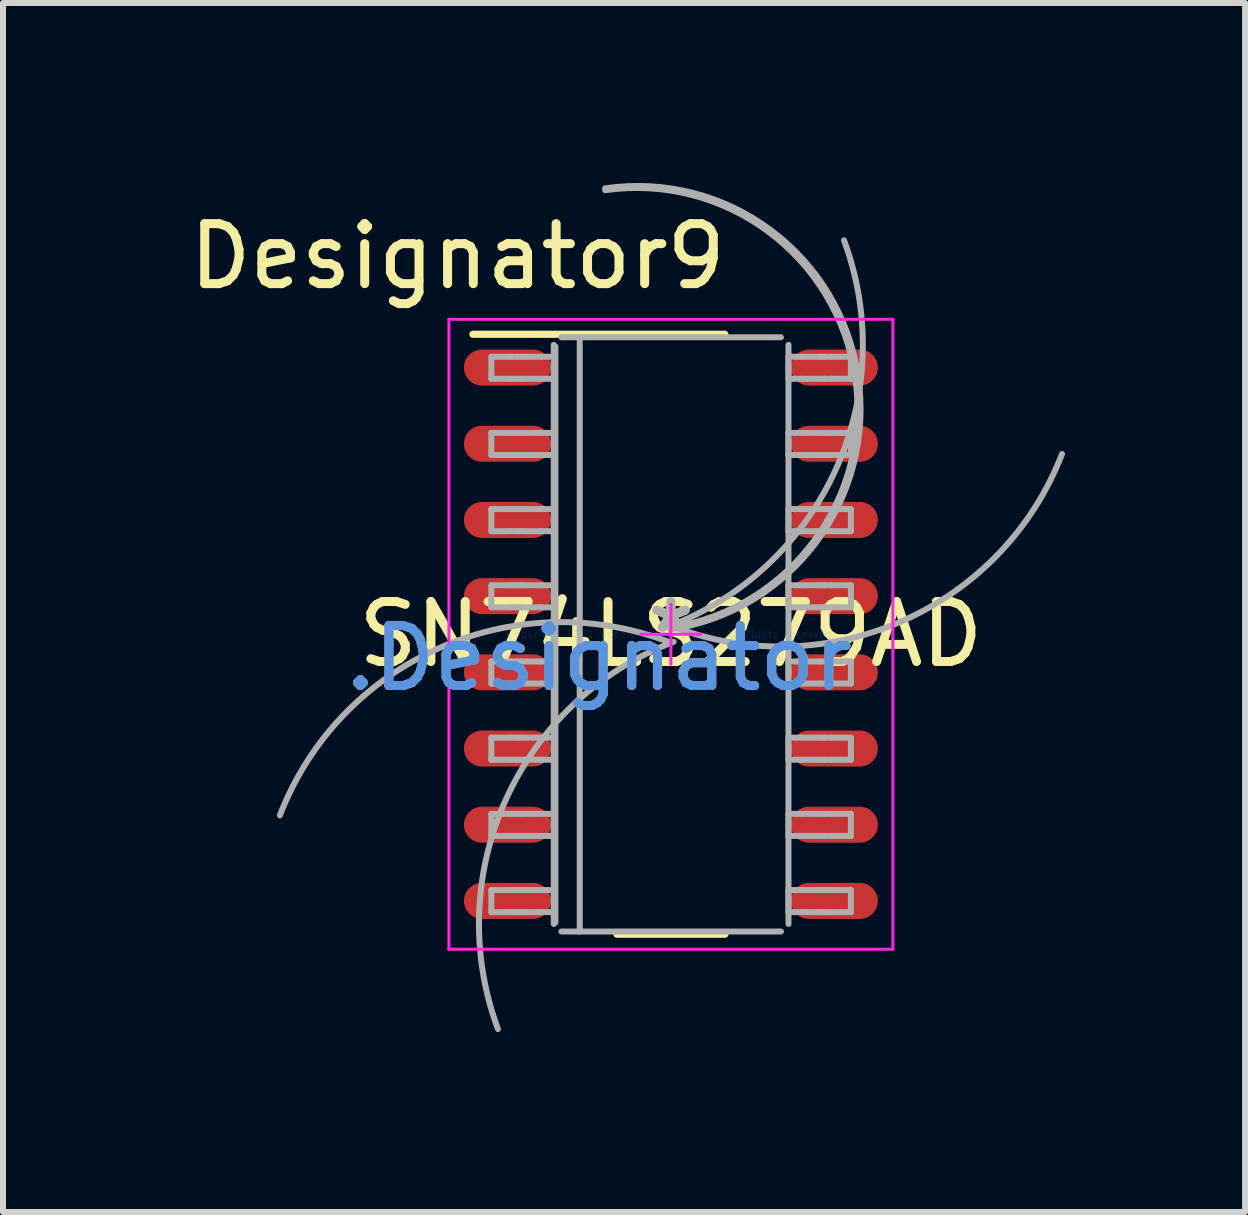
<source format=kicad_pcb>
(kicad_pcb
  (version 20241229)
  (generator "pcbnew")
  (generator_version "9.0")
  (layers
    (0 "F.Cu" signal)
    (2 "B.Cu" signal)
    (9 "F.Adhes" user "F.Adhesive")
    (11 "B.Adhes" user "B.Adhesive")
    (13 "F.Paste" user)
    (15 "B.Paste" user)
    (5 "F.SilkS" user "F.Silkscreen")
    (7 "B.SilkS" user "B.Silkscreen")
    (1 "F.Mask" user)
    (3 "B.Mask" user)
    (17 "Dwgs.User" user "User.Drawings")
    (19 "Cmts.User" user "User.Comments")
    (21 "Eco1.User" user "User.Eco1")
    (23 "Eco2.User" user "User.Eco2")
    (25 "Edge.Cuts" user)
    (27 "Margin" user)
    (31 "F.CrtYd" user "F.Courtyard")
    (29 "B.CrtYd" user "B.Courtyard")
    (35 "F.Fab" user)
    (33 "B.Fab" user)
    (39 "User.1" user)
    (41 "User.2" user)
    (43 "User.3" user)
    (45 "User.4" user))
  (footprint "SN74LS279AD"
    (layer "F.Cu")
    (at 8.133 7.522)
    (property "Reference" "SN74LS279AD" (at 0 0 0) (layer "F.SilkS") (effects (font (size 1 1) (thickness 0.15))))
    (attr through_hole)
    (fp_line (start -3.3 -5) (end 0.9 -5) (stroke (width 0.12) (type solid)) (layer "F.SilkS"))
    (fp_line (start -0.9 5) (end 0.9 5) (stroke (width 0.12) (type solid)) (layer "F.SilkS"))
    (fp_line (start -3.7 -5.25) (end 3.7 -5.25) (stroke (width 0.05) (type solid)) (layer "F.CrtYd"))
    (fp_line (start -3.7 5.25) (end -3.7 -5.25) (stroke (width 0.05) (type solid)) (layer "F.CrtYd"))
    (fp_line (start -3.7 5.25) (end 3.7 5.25) (stroke (width 0.05) (type solid)) (layer "F.CrtYd"))
    (fp_line (start -0.5 0) (end 0.5 0) (stroke (width 0.05) (type solid)) (layer "F.CrtYd"))
    (fp_line (start 0 0.5) (end 0 -0.5) (stroke (width 0.05) (type solid)) (layer "F.CrtYd"))
    (fp_line (start 3.7 5.25) (end 3.7 -5.25) (stroke (width 0.05) (type solid)) (layer "F.CrtYd"))
    (fp_line (start -2.993 -4.626) (end -2.671 -4.626) (stroke (width 0.1) (type solid)) (layer "F.Fab"))
    (fp_line (start -2.993 -4.258) (end -2.993 -4.626) (stroke (width 0.1) (type solid)) (layer "F.Fab"))
    (fp_line (start -2.993 -4.258) (end -2.671 -4.258) (stroke (width 0.1) (type solid)) (layer "F.Fab"))
    (fp_line (start -2.993 -3.356) (end -2.671 -3.356) (stroke (width 0.1) (type solid)) (layer "F.Fab"))
    (fp_line (start -2.993 -2.988) (end -2.993 -3.356) (stroke (width 0.1) (type solid)) (layer "F.Fab"))
    (fp_line (start -2.993 -2.988) (end -2.671 -2.988) (stroke (width 0.1) (type solid)) (layer "F.Fab"))
    (fp_line (start -2.993 -2.086) (end -2.671 -2.086) (stroke (width 0.1) (type solid)) (layer "F.Fab"))
    (fp_line (start -2.993 -1.718) (end -2.993 -2.086) (stroke (width 0.1) (type solid)) (layer "F.Fab"))
    (fp_line (start -2.993 -1.718) (end -2.671 -1.718) (stroke (width 0.1) (type solid)) (layer "F.Fab"))
    (fp_line (start -2.993 -0.816) (end -2.671 -0.816) (stroke (width 0.1) (type solid)) (layer "F.Fab"))
    (fp_line (start -2.993 -0.448) (end -2.993 -0.816) (stroke (width 0.1) (type solid)) (layer "F.Fab"))
    (fp_line (start -2.993 -0.448) (end -2.671 -0.448) (stroke (width 0.1) (type solid)) (layer "F.Fab"))
    (fp_line (start -2.993 0.454) (end -2.671 0.454) (stroke (width 0.1) (type solid)) (layer "F.Fab"))
    (fp_line (start -2.993 0.822) (end -2.993 0.454) (stroke (width 0.1) (type solid)) (layer "F.Fab"))
    (fp_line (start -2.993 0.822) (end -2.671 0.822) (stroke (width 0.1) (type solid)) (layer "F.Fab"))
    (fp_line (start -2.993 1.724) (end -2.671 1.724) (stroke (width 0.1) (type solid)) (layer "F.Fab"))
    (fp_line (start -2.993 2.092) (end -2.993 1.724) (stroke (width 0.1) (type solid)) (layer "F.Fab"))
    (fp_line (start -2.993 2.092) (end -2.671 2.092) (stroke (width 0.1) (type solid)) (layer "F.Fab"))
    (fp_line (start -2.993 2.994) (end -2.671 2.994) (stroke (width 0.1) (type solid)) (layer "F.Fab"))
    (fp_line (start -2.993 3.362) (end -2.993 2.994) (stroke (width 0.1) (type solid)) (layer "F.Fab"))
    (fp_line (start -2.993 3.362) (end -2.671 3.362) (stroke (width 0.1) (type solid)) (layer "F.Fab"))
    (fp_line (start -2.993 4.264) (end -2.671 4.264) (stroke (width 0.1) (type solid)) (layer "F.Fab"))
    (fp_line (start -2.993 4.632) (end -2.993 4.264) (stroke (width 0.1) (type solid)) (layer "F.Fab"))
    (fp_line (start -2.993 4.632) (end -2.671 4.632) (stroke (width 0.1) (type solid)) (layer "F.Fab"))
    (fp_line (start -2.671 -4.626) (end -2.555 -4.626) (stroke (width 0.1) (type solid)) (layer "F.Fab"))
    (fp_line (start -2.671 -4.258) (end -2.555 -4.258) (stroke (width 0.1) (type solid)) (layer "F.Fab"))
    (fp_line (start -2.671 -3.356) (end -2.555 -3.356) (stroke (width 0.1) (type solid)) (layer "F.Fab"))
    (fp_line (start -2.671 -2.988) (end -2.555 -2.988) (stroke (width 0.1) (type solid)) (layer "F.Fab"))
    (fp_line (start -2.671 -2.086) (end -2.555 -2.086) (stroke (width 0.1) (type solid)) (layer "F.Fab"))
    (fp_line (start -2.671 -1.718) (end -2.555 -1.718) (stroke (width 0.1) (type solid)) (layer "F.Fab"))
    (fp_line (start -2.671 -0.816) (end -2.555 -0.816) (stroke (width 0.1) (type solid)) (layer "F.Fab"))
    (fp_line (start -2.671 -0.448) (end -2.555 -0.448) (stroke (width 0.1) (type solid)) (layer "F.Fab"))
    (fp_line (start -2.671 0.454) (end -2.555 0.454) (stroke (width 0.1) (type solid)) (layer "F.Fab"))
    (fp_line (start -2.671 0.822) (end -2.555 0.822) (stroke (width 0.1) (type solid)) (layer "F.Fab"))
    (fp_line (start -2.671 1.724) (end -2.555 1.724) (stroke (width 0.1) (type solid)) (layer "F.Fab"))
    (fp_line (start -2.671 2.092) (end -2.555 2.092) (stroke (width 0.1) (type solid)) (layer "F.Fab"))
    (fp_line (start -2.671 2.994) (end -2.555 2.994) (stroke (width 0.1) (type solid)) (layer "F.Fab"))
    (fp_line (start -2.671 3.362) (end -2.555 3.362) (stroke (width 0.1) (type solid)) (layer "F.Fab"))
    (fp_line (start -2.671 4.264) (end -2.555 4.264) (stroke (width 0.1) (type solid)) (layer "F.Fab"))
    (fp_line (start -2.671 4.632) (end -2.555 4.632) (stroke (width 0.1) (type solid)) (layer "F.Fab"))
    (fp_line (start -2.555 -4.626) (end -2.488 -4.626) (stroke (width 0.1) (type solid)) (layer "F.Fab"))
    (fp_line (start -2.555 -4.258) (end -2.488 -4.258) (stroke (width 0.1) (type solid)) (layer "F.Fab"))
    (fp_line (start -2.555 -3.356) (end -2.488 -3.356) (stroke (width 0.1) (type solid)) (layer "F.Fab"))
    (fp_line (start -2.555 -2.988) (end -2.488 -2.988) (stroke (width 0.1) (type solid)) (layer "F.Fab"))
    (fp_line (start -2.555 -2.086) (end -2.488 -2.086) (stroke (width 0.1) (type solid)) (layer "F.Fab"))
    (fp_line (start -2.555 -1.718) (end -2.488 -1.718) (stroke (width 0.1) (type solid)) (layer "F.Fab"))
    (fp_line (start -2.555 -0.816) (end -2.488 -0.816) (stroke (width 0.1) (type solid)) (layer "F.Fab"))
    (fp_line (start -2.555 -0.448) (end -2.488 -0.448) (stroke (width 0.1) (type solid)) (layer "F.Fab"))
    (fp_line (start -2.555 0.454) (end -2.488 0.454) (stroke (width 0.1) (type solid)) (layer "F.Fab"))
    (fp_line (start -2.555 0.822) (end -2.488 0.822) (stroke (width 0.1) (type solid)) (layer "F.Fab"))
    (fp_line (start -2.555 1.724) (end -2.488 1.724) (stroke (width 0.1) (type solid)) (layer "F.Fab"))
    (fp_line (start -2.555 2.092) (end -2.488 2.092) (stroke (width 0.1) (type solid)) (layer "F.Fab"))
    (fp_line (start -2.555 2.994) (end -2.488 2.994) (stroke (width 0.1) (type solid)) (layer "F.Fab"))
    (fp_line (start -2.555 3.362) (end -2.488 3.362) (stroke (width 0.1) (type solid)) (layer "F.Fab"))
    (fp_line (start -2.555 4.264) (end -2.488 4.264) (stroke (width 0.1) (type solid)) (layer "F.Fab"))
    (fp_line (start -2.555 4.632) (end -2.488 4.632) (stroke (width 0.1) (type solid)) (layer "F.Fab"))
    (fp_line (start -2.488 -4.626) (end -2.163 -4.626) (stroke (width 0.1) (type solid)) (layer "F.Fab"))
    (fp_line (start -2.488 -4.258) (end -2.163 -4.258) (stroke (width 0.1) (type solid)) (layer "F.Fab"))
    (fp_line (start -2.488 -3.356) (end -2.163 -3.356) (stroke (width 0.1) (type solid)) (layer "F.Fab"))
    (fp_line (start -2.488 -2.988) (end -2.163 -2.988) (stroke (width 0.1) (type solid)) (layer "F.Fab"))
    (fp_line (start -2.488 -2.086) (end -2.163 -2.086) (stroke (width 0.1) (type solid)) (layer "F.Fab"))
    (fp_line (start -2.488 -1.718) (end -2.163 -1.718) (stroke (width 0.1) (type solid)) (layer "F.Fab"))
    (fp_line (start -2.488 -0.816) (end -2.163 -0.816) (stroke (width 0.1) (type solid)) (layer "F.Fab"))
    (fp_line (start -2.488 -0.448) (end -2.163 -0.448) (stroke (width 0.1) (type solid)) (layer "F.Fab"))
    (fp_line (start -2.488 0.454) (end -2.163 0.454) (stroke (width 0.1) (type solid)) (layer "F.Fab"))
    (fp_line (start -2.488 0.822) (end -2.163 0.822) (stroke (width 0.1) (type solid)) (layer "F.Fab"))
    (fp_line (start -2.488 1.724) (end -2.163 1.724) (stroke (width 0.1) (type solid)) (layer "F.Fab"))
    (fp_line (start -2.488 2.092) (end -2.163 2.092) (stroke (width 0.1) (type solid)) (layer "F.Fab"))
    (fp_line (start -2.488 2.994) (end -2.163 2.994) (stroke (width 0.1) (type solid)) (layer "F.Fab"))
    (fp_line (start -2.488 3.362) (end -2.163 3.362) (stroke (width 0.1) (type solid)) (layer "F.Fab"))
    (fp_line (start -2.488 4.264) (end -2.163 4.264) (stroke (width 0.1) (type solid)) (layer "F.Fab"))
    (fp_line (start -2.488 4.632) (end -2.163 4.632) (stroke (width 0.1) (type solid)) (layer "F.Fab"))
    (fp_line (start -2.163 -4.626) (end -1.952 -4.626) (stroke (width 0.1) (type solid)) (layer "F.Fab"))
    (fp_line (start -2.163 -4.258) (end -1.952 -4.258) (stroke (width 0.1) (type solid)) (layer "F.Fab"))
    (fp_line (start -2.163 -3.356) (end -1.952 -3.356) (stroke (width 0.1) (type solid)) (layer "F.Fab"))
    (fp_line (start -2.163 -2.988) (end -1.952 -2.988) (stroke (width 0.1) (type solid)) (layer "F.Fab"))
    (fp_line (start -2.163 -2.086) (end -1.952 -2.086) (stroke (width 0.1) (type solid)) (layer "F.Fab"))
    (fp_line (start -2.163 -1.718) (end -1.952 -1.718) (stroke (width 0.1) (type solid)) (layer "F.Fab"))
    (fp_line (start -2.163 -0.816) (end -1.952 -0.816) (stroke (width 0.1) (type solid)) (layer "F.Fab"))
    (fp_line (start -2.163 -0.448) (end -1.952 -0.448) (stroke (width 0.1) (type solid)) (layer "F.Fab"))
    (fp_line (start -2.163 0.454) (end -1.952 0.454) (stroke (width 0.1) (type solid)) (layer "F.Fab"))
    (fp_line (start -2.163 0.822) (end -1.952 0.822) (stroke (width 0.1) (type solid)) (layer "F.Fab"))
    (fp_line (start -2.163 1.724) (end -1.952 1.724) (stroke (width 0.1) (type solid)) (layer "F.Fab"))
    (fp_line (start -2.163 2.092) (end -1.952 2.092) (stroke (width 0.1) (type solid)) (layer "F.Fab"))
    (fp_line (start -2.163 2.994) (end -1.952 2.994) (stroke (width 0.1) (type solid)) (layer "F.Fab"))
    (fp_line (start -2.163 3.362) (end -1.952 3.362) (stroke (width 0.1) (type solid)) (layer "F.Fab"))
    (fp_line (start -2.163 4.264) (end -1.952 4.264) (stroke (width 0.1) (type solid)) (layer "F.Fab"))
    (fp_line (start -2.163 4.632) (end -1.952 4.632) (stroke (width 0.1) (type solid)) (layer "F.Fab"))
    (fp_line (start -1.952 -4.258) (end -1.952 -4.626) (stroke (width 0.1) (type solid)) (layer "F.Fab"))
    (fp_line (start -1.952 -2.988) (end -1.952 -3.356) (stroke (width 0.1) (type solid)) (layer "F.Fab"))
    (fp_line (start -1.952 -1.718) (end -1.952 -2.086) (stroke (width 0.1) (type solid)) (layer "F.Fab"))
    (fp_line (start -1.952 -0.448) (end -1.952 -0.816) (stroke (width 0.1) (type solid)) (layer "F.Fab"))
    (fp_line (start -1.952 0.822) (end -1.952 0.454) (stroke (width 0.1) (type solid)) (layer "F.Fab"))
    (fp_line (start -1.952 2.092) (end -1.952 1.724) (stroke (width 0.1) (type solid)) (layer "F.Fab"))
    (fp_line (start -1.952 3.362) (end -1.952 2.994) (stroke (width 0.1) (type solid)) (layer "F.Fab"))
    (fp_line (start -1.952 4.632) (end -1.952 4.264) (stroke (width 0.1) (type solid)) (layer "F.Fab"))
    (fp_line (start -1.952 4.829) (end -1.952 -4.823) (stroke (width 0.1) (type solid)) (layer "F.Fab"))
    (fp_line (start -1.925 4.803) (end -1.925 -4.797) (stroke (width 0.1) (type solid)) (layer "F.Fab"))
    (fp_line (start -1.825 -4.95) (end 1.834 -4.95) (stroke (width 0.1) (type solid)) (layer "F.Fab"))
    (fp_line (start -1.825 4.956) (end 1.834 4.956) (stroke (width 0.1) (type solid)) (layer "F.Fab"))
    (fp_line (start -1.52 4.956) (end -1.52 -4.95) (stroke (width 0.1) (type solid)) (layer "F.Fab"))
    (fp_line (start 1.96 -4.626) (end 2.172 -4.626) (stroke (width 0.1) (type solid)) (layer "F.Fab"))
    (fp_line (start 1.96 -4.258) (end 1.96 -4.626) (stroke (width 0.1) (type solid)) (layer "F.Fab"))
    (fp_line (start 1.96 -4.258) (end 2.172 -4.258) (stroke (width 0.1) (type solid)) (layer "F.Fab"))
    (fp_line (start 1.96 -3.356) (end 2.172 -3.356) (stroke (width 0.1) (type solid)) (layer "F.Fab"))
    (fp_line (start 1.96 -2.988) (end 1.96 -3.356) (stroke (width 0.1) (type solid)) (layer "F.Fab"))
    (fp_line (start 1.96 -2.988) (end 2.172 -2.988) (stroke (width 0.1) (type solid)) (layer "F.Fab"))
    (fp_line (start 1.96 -2.086) (end 2.172 -2.086) (stroke (width 0.1) (type solid)) (layer "F.Fab"))
    (fp_line (start 1.96 -1.718) (end 1.96 -2.086) (stroke (width 0.1) (type solid)) (layer "F.Fab"))
    (fp_line (start 1.96 -1.718) (end 2.172 -1.718) (stroke (width 0.1) (type solid)) (layer "F.Fab"))
    (fp_line (start 1.96 -0.816) (end 2.172 -0.816) (stroke (width 0.1) (type solid)) (layer "F.Fab"))
    (fp_line (start 1.96 -0.448) (end 1.96 -0.816) (stroke (width 0.1) (type solid)) (layer "F.Fab"))
    (fp_line (start 1.96 -0.448) (end 2.172 -0.448) (stroke (width 0.1) (type solid)) (layer "F.Fab"))
    (fp_line (start 1.96 0.454) (end 2.172 0.454) (stroke (width 0.1) (type solid)) (layer "F.Fab"))
    (fp_line (start 1.96 0.822) (end 1.96 0.454) (stroke (width 0.1) (type solid)) (layer "F.Fab"))
    (fp_line (start 1.96 0.822) (end 2.172 0.822) (stroke (width 0.1) (type solid)) (layer "F.Fab"))
    (fp_line (start 1.96 1.724) (end 2.172 1.724) (stroke (width 0.1) (type solid)) (layer "F.Fab"))
    (fp_line (start 1.96 2.092) (end 1.96 1.724) (stroke (width 0.1) (type solid)) (layer "F.Fab"))
    (fp_line (start 1.96 2.092) (end 2.172 2.092) (stroke (width 0.1) (type solid)) (layer "F.Fab"))
    (fp_line (start 1.96 2.994) (end 2.172 2.994) (stroke (width 0.1) (type solid)) (layer "F.Fab"))
    (fp_line (start 1.96 3.362) (end 1.96 2.994) (stroke (width 0.1) (type solid)) (layer "F.Fab"))
    (fp_line (start 1.96 3.362) (end 2.172 3.362) (stroke (width 0.1) (type solid)) (layer "F.Fab"))
    (fp_line (start 1.96 4.264) (end 2.172 4.264) (stroke (width 0.1) (type solid)) (layer "F.Fab"))
    (fp_line (start 1.96 4.632) (end 1.96 4.264) (stroke (width 0.1) (type solid)) (layer "F.Fab"))
    (fp_line (start 1.96 4.632) (end 2.172 4.632) (stroke (width 0.1) (type solid)) (layer "F.Fab"))
    (fp_line (start 1.96 4.829) (end 1.96 -4.823) (stroke (width 0.1) (type solid)) (layer "F.Fab"))
    (fp_line (start 2.172 -4.626) (end 2.497 -4.626) (stroke (width 0.1) (type solid)) (layer "F.Fab"))
    (fp_line (start 2.172 -4.258) (end 2.497 -4.258) (stroke (width 0.1) (type solid)) (layer "F.Fab"))
    (fp_line (start 2.172 -3.356) (end 2.497 -3.356) (stroke (width 0.1) (type solid)) (layer "F.Fab"))
    (fp_line (start 2.172 -2.988) (end 2.497 -2.988) (stroke (width 0.1) (type solid)) (layer "F.Fab"))
    (fp_line (start 2.172 -2.086) (end 2.497 -2.086) (stroke (width 0.1) (type solid)) (layer "F.Fab"))
    (fp_line (start 2.172 -1.718) (end 2.497 -1.718) (stroke (width 0.1) (type solid)) (layer "F.Fab"))
    (fp_line (start 2.172 -0.816) (end 2.497 -0.816) (stroke (width 0.1) (type solid)) (layer "F.Fab"))
    (fp_line (start 2.172 -0.448) (end 2.497 -0.448) (stroke (width 0.1) (type solid)) (layer "F.Fab"))
    (fp_line (start 2.172 0.454) (end 2.497 0.454) (stroke (width 0.1) (type solid)) (layer "F.Fab"))
    (fp_line (start 2.172 0.822) (end 2.497 0.822) (stroke (width 0.1) (type solid)) (layer "F.Fab"))
    (fp_line (start 2.172 1.724) (end 2.497 1.724) (stroke (width 0.1) (type solid)) (layer "F.Fab"))
    (fp_line (start 2.172 2.092) (end 2.497 2.092) (stroke (width 0.1) (type solid)) (layer "F.Fab"))
    (fp_line (start 2.172 2.994) (end 2.497 2.994) (stroke (width 0.1) (type solid)) (layer "F.Fab"))
    (fp_line (start 2.172 3.362) (end 2.497 3.362) (stroke (width 0.1) (type solid)) (layer "F.Fab"))
    (fp_line (start 2.172 4.264) (end 2.497 4.264) (stroke (width 0.1) (type solid)) (layer "F.Fab"))
    (fp_line (start 2.172 4.632) (end 2.497 4.632) (stroke (width 0.1) (type solid)) (layer "F.Fab"))
    (fp_line (start 2.497 -4.626) (end 2.563 -4.626) (stroke (width 0.1) (type solid)) (layer "F.Fab"))
    (fp_line (start 2.497 -4.258) (end 2.563 -4.258) (stroke (width 0.1) (type solid)) (layer "F.Fab"))
    (fp_line (start 2.497 -3.356) (end 2.563 -3.356) (stroke (width 0.1) (type solid)) (layer "F.Fab"))
    (fp_line (start 2.497 -2.988) (end 2.563 -2.988) (stroke (width 0.1) (type solid)) (layer "F.Fab"))
    (fp_line (start 2.497 -2.086) (end 2.563 -2.086) (stroke (width 0.1) (type solid)) (layer "F.Fab"))
    (fp_line (start 2.497 -1.718) (end 2.563 -1.718) (stroke (width 0.1) (type solid)) (layer "F.Fab"))
    (fp_line (start 2.497 -0.816) (end 2.563 -0.816) (stroke (width 0.1) (type solid)) (layer "F.Fab"))
    (fp_line (start 2.497 -0.448) (end 2.563 -0.448) (stroke (width 0.1) (type solid)) (layer "F.Fab"))
    (fp_line (start 2.497 0.454) (end 2.563 0.454) (stroke (width 0.1) (type solid)) (layer "F.Fab"))
    (fp_line (start 2.497 0.822) (end 2.563 0.822) (stroke (width 0.1) (type solid)) (layer "F.Fab"))
    (fp_line (start 2.497 1.724) (end 2.563 1.724) (stroke (width 0.1) (type solid)) (layer "F.Fab"))
    (fp_line (start 2.497 2.092) (end 2.563 2.092) (stroke (width 0.1) (type solid)) (layer "F.Fab"))
    (fp_line (start 2.497 2.994) (end 2.563 2.994) (stroke (width 0.1) (type solid)) (layer "F.Fab"))
    (fp_line (start 2.497 3.362) (end 2.563 3.362) (stroke (width 0.1) (type solid)) (layer "F.Fab"))
    (fp_line (start 2.497 4.264) (end 2.563 4.264) (stroke (width 0.1) (type solid)) (layer "F.Fab"))
    (fp_line (start 2.497 4.632) (end 2.563 4.632) (stroke (width 0.1) (type solid)) (layer "F.Fab"))
    (fp_line (start 2.563 -4.626) (end 2.679 -4.626) (stroke (width 0.1) (type solid)) (layer "F.Fab"))
    (fp_line (start 2.563 -4.258) (end 2.679 -4.258) (stroke (width 0.1) (type solid)) (layer "F.Fab"))
    (fp_line (start 2.563 -3.356) (end 2.679 -3.356) (stroke (width 0.1) (type solid)) (layer "F.Fab"))
    (fp_line (start 2.563 -2.988) (end 2.679 -2.988) (stroke (width 0.1) (type solid)) (layer "F.Fab"))
    (fp_line (start 2.563 -2.086) (end 2.679 -2.086) (stroke (width 0.1) (type solid)) (layer "F.Fab"))
    (fp_line (start 2.563 -1.718) (end 2.679 -1.718) (stroke (width 0.1) (type solid)) (layer "F.Fab"))
    (fp_line (start 2.563 -0.816) (end 2.679 -0.816) (stroke (width 0.1) (type solid)) (layer "F.Fab"))
    (fp_line (start 2.563 -0.448) (end 2.679 -0.448) (stroke (width 0.1) (type solid)) (layer "F.Fab"))
    (fp_line (start 2.563 0.454) (end 2.679 0.454) (stroke (width 0.1) (type solid)) (layer "F.Fab"))
    (fp_line (start 2.563 0.822) (end 2.679 0.822) (stroke (width 0.1) (type solid)) (layer "F.Fab"))
    (fp_line (start 2.563 1.724) (end 2.679 1.724) (stroke (width 0.1) (type solid)) (layer "F.Fab"))
    (fp_line (start 2.563 2.092) (end 2.679 2.092) (stroke (width 0.1) (type solid)) (layer "F.Fab"))
    (fp_line (start 2.563 2.994) (end 2.679 2.994) (stroke (width 0.1) (type solid)) (layer "F.Fab"))
    (fp_line (start 2.563 3.362) (end 2.679 3.362) (stroke (width 0.1) (type solid)) (layer "F.Fab"))
    (fp_line (start 2.563 4.264) (end 2.679 4.264) (stroke (width 0.1) (type solid)) (layer "F.Fab"))
    (fp_line (start 2.563 4.632) (end 2.679 4.632) (stroke (width 0.1) (type solid)) (layer "F.Fab"))
    (fp_line (start 2.679 -4.626) (end 3.001 -4.626) (stroke (width 0.1) (type solid)) (layer "F.Fab"))
    (fp_line (start 2.679 -4.258) (end 3.001 -4.258) (stroke (width 0.1) (type solid)) (layer "F.Fab"))
    (fp_line (start 2.679 -3.356) (end 3.001 -3.356) (stroke (width 0.1) (type solid)) (layer "F.Fab"))
    (fp_line (start 2.679 -2.988) (end 3.001 -2.988) (stroke (width 0.1) (type solid)) (layer "F.Fab"))
    (fp_line (start 2.679 -2.086) (end 3.001 -2.086) (stroke (width 0.1) (type solid)) (layer "F.Fab"))
    (fp_line (start 2.679 -1.718) (end 3.001 -1.718) (stroke (width 0.1) (type solid)) (layer "F.Fab"))
    (fp_line (start 2.679 -0.816) (end 3.001 -0.816) (stroke (width 0.1) (type solid)) (layer "F.Fab"))
    (fp_line (start 2.679 -0.448) (end 3.001 -0.448) (stroke (width 0.1) (type solid)) (layer "F.Fab"))
    (fp_line (start 2.679 0.454) (end 3.001 0.454) (stroke (width 0.1) (type solid)) (layer "F.Fab"))
    (fp_line (start 2.679 0.822) (end 3.001 0.822) (stroke (width 0.1) (type solid)) (layer "F.Fab"))
    (fp_line (start 2.679 1.724) (end 3.001 1.724) (stroke (width 0.1) (type solid)) (layer "F.Fab"))
    (fp_line (start 2.679 2.092) (end 3.001 2.092) (stroke (width 0.1) (type solid)) (layer "F.Fab"))
    (fp_line (start 2.679 2.994) (end 3.001 2.994) (stroke (width 0.1) (type solid)) (layer "F.Fab"))
    (fp_line (start 2.679 3.362) (end 3.001 3.362) (stroke (width 0.1) (type solid)) (layer "F.Fab"))
    (fp_line (start 2.679 4.264) (end 3.001 4.264) (stroke (width 0.1) (type solid)) (layer "F.Fab"))
    (fp_line (start 2.679 4.632) (end 3.001 4.632) (stroke (width 0.1) (type solid)) (layer "F.Fab"))
    (fp_line (start 3.001 -4.258) (end 3.001 -4.626) (stroke (width 0.1) (type solid)) (layer "F.Fab"))
    (fp_line (start 3.001 -2.988) (end 3.001 -3.356) (stroke (width 0.1) (type solid)) (layer "F.Fab"))
    (fp_line (start 3.001 -1.718) (end 3.001 -2.086) (stroke (width 0.1) (type solid)) (layer "F.Fab"))
    (fp_line (start 3.001 -0.448) (end 3.001 -0.816) (stroke (width 0.1) (type solid)) (layer "F.Fab"))
    (fp_line (start 3.001 0.822) (end 3.001 0.454) (stroke (width 0.1) (type solid)) (layer "F.Fab"))
    (fp_line (start 3.001 2.092) (end 3.001 1.724) (stroke (width 0.1) (type solid)) (layer "F.Fab"))
    (fp_line (start 3.001 3.362) (end 3.001 2.994) (stroke (width 0.1) (type solid)) (layer "F.Fab"))
    (fp_line (start 3.001 4.632) (end 3.001 4.264) (stroke (width 0.1) (type solid)) (layer "F.Fab"))
    (fp_arc (start -6.517465 3.018961) (mid -3.880197 0.238331) (end -0.049569 0.122668) (stroke (width 0.1) (type solid)) (layer "F.Fab"))
    (fp_arc (start -2.883259 6.580335) (mid -2.748057 2.74952) (end 0.046572 0.125882) (stroke (width 0.1) (type solid)) (layer "F.Fab"))
    (fp_arc (start -1.095001 -7.432154) (mid 3.121411 -4.296658) (end -0.014085 -0.080246) (stroke (width 0.1) (type solid)) (layer "F.Fab"))
    (fp_arc (start -1.095001 -7.401831) (mid 3.091088 -4.296658) (end -0.014085 -0.110569) (stroke (width 0.1) (type solid)) (layer "F.Fab"))
    (fp_arc (start 2.885864 -6.566081) (mid 2.746563 -2.741824) (end -0.046355 -0.12573) (stroke (width 0.1) (type solid)) (layer "F.Fab"))
    (fp_arc (start 6.520121 -3.004706) (mid 3.878727 -0.230625) (end 0.049785 -0.122516) (stroke (width 0.1) (type solid)) (layer "F.Fab"))
    (fp_text user "*" (at 0 0 0) (layer "F.SilkS") (effects (font (size 1 1) (thickness 0.15))))
    (fp_text user "Designator9" (at -3.556 -6.299 0) (layer "F.SilkS") (effects (font (size 1 1) (thickness 0.15))))
    (fp_text user "Copyright 2021 Accelerated Designs. All rights reserved." (at 0 0 0) (layer "Cmts.User") (effects (font (size 0.127 0.127) (thickness 0.002))))
    (fp_text user ".Designator" (at -1.2 0.4 0) (layer "Cmts.User") (effects (font (size 1 1) (thickness 0.15))))
    (fp_text user ".Designator" (at -1.2 0.4 0) (layer "F.Fab") (effects (font (size 1 1) (thickness 0.15))))
    (fp_text user "*" (at 0 0 0) (layer "F.Fab") (effects (font (size 1 1) (thickness 0.15))))
    (pad "1" smd oval (at -2.725 -4.445 90) (size 0.6 1.45) (layers "F.Cu" "F.Mask" "F.Paste"))
    (pad "2" smd oval (at -2.725 -3.175 90) (size 0.6 1.45) (layers "F.Cu" "F.Mask" "F.Paste"))
    (pad "3" smd oval (at -2.725 -1.905 90) (size 0.6 1.45) (layers "F.Cu" "F.Mask" "F.Paste"))
    (pad "4" smd oval (at -2.725 -0.635 90) (size 0.6 1.45) (layers "F.Cu" "F.Mask" "F.Paste"))
    (pad "5" smd oval (at -2.725 0.635 90) (size 0.6 1.45) (layers "F.Cu" "F.Mask" "F.Paste"))
    (pad "6" smd oval (at -2.725 1.905 90) (size 0.6 1.45) (layers "F.Cu" "F.Mask" "F.Paste"))
    (pad "7" smd oval (at -2.725 3.175 90) (size 0.6 1.45) (layers "F.Cu" "F.Mask" "F.Paste"))
    (pad "8" smd oval (at -2.725 4.445 90) (size 0.6 1.45) (layers "F.Cu" "F.Mask" "F.Paste"))
    (pad "9" smd oval (at 2.725 4.445 90) (size 0.6 1.45) (layers "F.Cu" "F.Mask" "F.Paste"))
    (pad "10" smd oval (at 2.725 3.175 90) (size 0.6 1.45) (layers "F.Cu" "F.Mask" "F.Paste"))
    (pad "11" smd oval (at 2.725 1.905 90) (size 0.6 1.45) (layers "F.Cu" "F.Mask" "F.Paste"))
    (pad "12" smd oval (at 2.725 0.635 90) (size 0.6 1.45) (layers "F.Cu" "F.Mask" "F.Paste"))
    (pad "13" smd oval (at 2.725 -0.635 90) (size 0.6 1.45) (layers "F.Cu" "F.Mask" "F.Paste"))
    (pad "14" smd oval (at 2.725 -1.905 90) (size 0.6 1.45) (layers "F.Cu" "F.Mask" "F.Paste"))
    (pad "15" smd oval (at 2.725 -3.175 90) (size 0.6 1.45) (layers "F.Cu" "F.Mask" "F.Paste"))
    (pad "16" smd oval (at 2.725 -4.445 90) (size 0.6 1.45) (layers "F.Cu" "F.Mask" "F.Paste")))
  (gr_rect
    (start -3 -3)
    (end 17.704 17.152)
    (stroke (width 0.1) (type default))
    (fill no)
    (layer "Edge.Cuts")))
</source>
